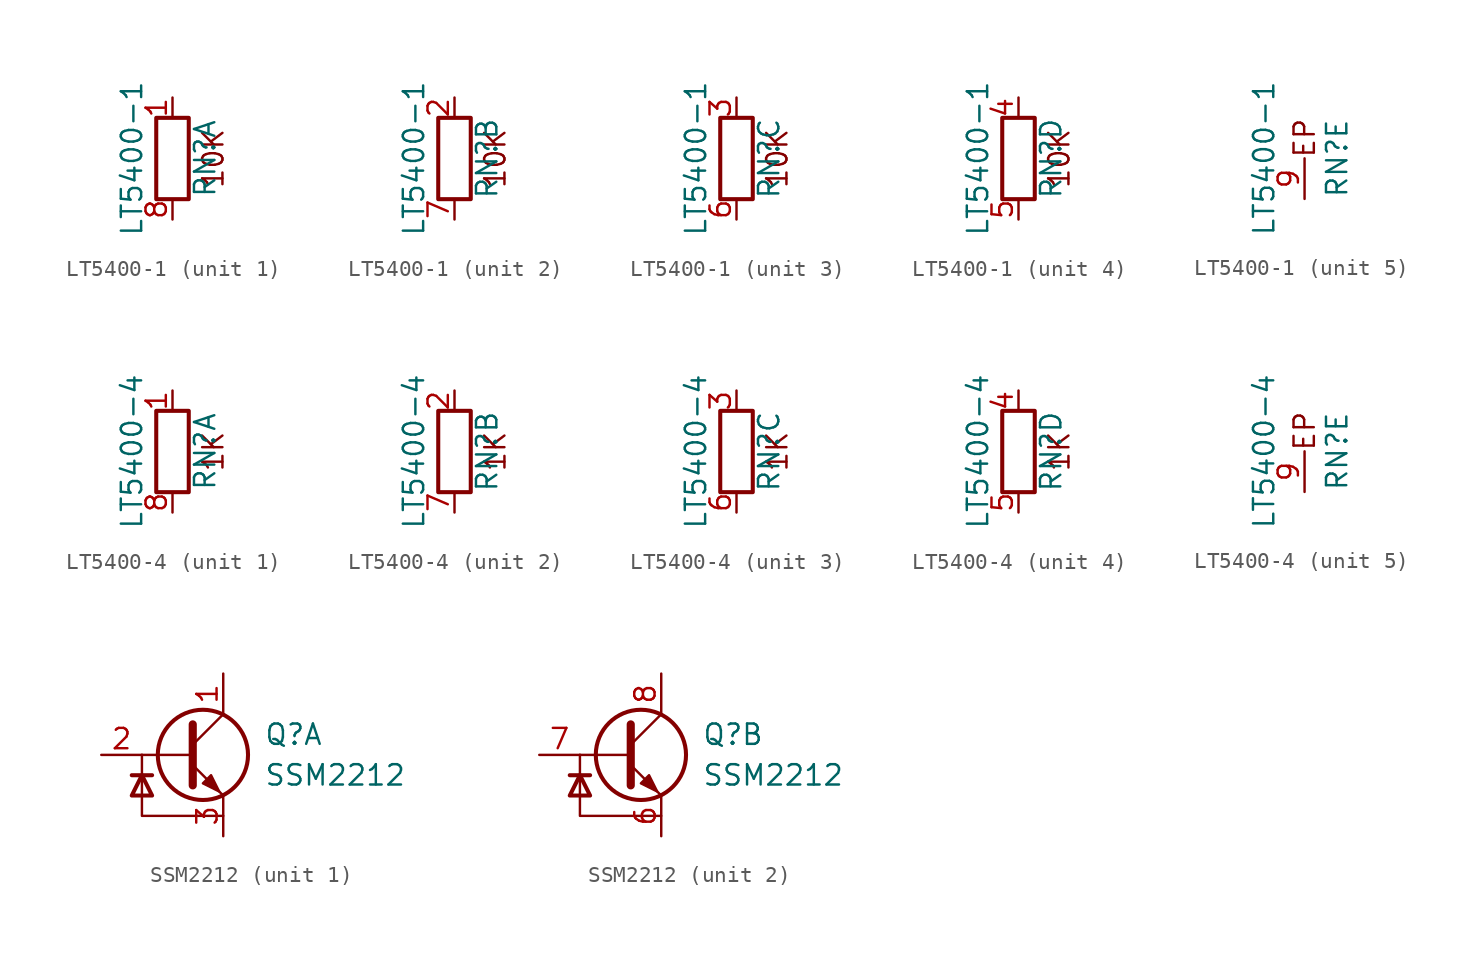
<source format=kicad_sym>
(kicad_symbol_lib
  (version 20211014)
  (generator kicad_symbol_editor)
  (symbol "LT5400-1"
    (pin_names
      (offset 0) hide)
    (property "Reference" "RN"
      (at 2.032 0 90)
      (effects (font (size 1.27 1.27))))
    (property "Value" "LT5400-1"
      (at -2.54 0 90)
      (effects (font (size 1.27 1.27))))
    (symbol "LT5400-1_1_0"
      (text "10K" (at 2.54 0 900) (effects (font (size 1.27 1.27)))))
    (symbol "LT5400-1_1_1"
      (rectangle (start 1.016 2.54) (end -1.016 -2.54) (stroke (width 0.254) (type default) (color 0 0 0 0)) (fill (type none)))
      (pin passive line (at 0 3.81 270) (length 1.27) (name "R1.1" (effects (font (size 1.27 1.27)))) (number "1" (effects (font (size 1.27 1.27)))))
      (pin passive line (at 0 -3.81 90) (length 1.27) (name "R1.2" (effects (font (size 1.27 1.27)))) (number "8" (effects (font (size 1.27 1.27))))))
    (symbol "LT5400-1_2_0"
      (text "10K" (at 2.54 0 900) (effects (font (size 1.27 1.27)))))
    (symbol "LT5400-1_2_1"
      (rectangle (start 1.016 2.54) (end -1.016 -2.54) (stroke (width 0.254) (type default) (color 0 0 0 0)) (fill (type none)))
      (pin passive line (at 0 3.81 270) (length 1.27) (name "R2.1" (effects (font (size 1.27 1.27)))) (number "2" (effects (font (size 1.27 1.27)))))
      (pin passive line (at 0 -3.81 90) (length 1.27) (name "R2.2" (effects (font (size 1.27 1.27)))) (number "7" (effects (font (size 1.27 1.27))))))
    (symbol "LT5400-1_3_0"
      (text "10K" (at 2.54 0 900) (effects (font (size 1.27 1.27)))))
    (symbol "LT5400-1_3_1"
      (rectangle (start 1.016 2.54) (end -1.016 -2.54) (stroke (width 0.254) (type default) (color 0 0 0 0)) (fill (type none)))
      (pin passive line (at 0 3.81 270) (length 1.27) (name "R3.1" (effects (font (size 1.27 1.27)))) (number "3" (effects (font (size 1.27 1.27)))))
      (pin passive line (at 0 -3.81 90) (length 1.27) (name "R3.2" (effects (font (size 1.27 1.27)))) (number "6" (effects (font (size 1.27 1.27))))))
    (symbol "LT5400-1_4_0"
      (text "10K" (at 2.54 0 900) (effects (font (size 1.27 1.27)))))
    (symbol "LT5400-1_4_1"
      (rectangle (start 1.016 2.54) (end -1.016 -2.54) (stroke (width 0.254) (type default) (color 0 0 0 0)) (fill (type none)))
      (pin passive line (at 0 3.81 270) (length 1.27) (name "R4.1" (effects (font (size 1.27 1.27)))) (number "4" (effects (font (size 1.27 1.27)))))
      (pin passive line (at 0 -3.81 90) (length 1.27) (name "R4.2" (effects (font (size 1.27 1.27)))) (number "5" (effects (font (size 1.27 1.27))))))
    (symbol "LT5400-1_5_0"
      (text "EP" (at 0 1.27 900) (effects (font (size 1.27 1.27)))))
    (symbol "LT5400-1_5_1"
      (pin passive line (at 0 -2.54 90) (length 2.54) (name "EP" (effects (font (size 1.27 1.27)))) (number "9" (effects (font (size 1.27 1.27)))))))
  (symbol "LT5400-4"
    (pin_names
      (offset 0) hide)
    (property "Reference" "RN"
      (at 2.032 0 90)
      (effects (font (size 1.27 1.27))))
    (property "Value" "LT5400-4"
      (at -2.54 0 90)
      (effects (font (size 1.27 1.27))))
    (symbol "LT5400-4_1_0"
      (text "1K" (at 2.54 0 900) (effects (font (size 1.27 1.27)))))
    (symbol "LT5400-4_1_1"
      (rectangle (start 1.016 2.54) (end -1.016 -2.54) (stroke (width 0.254) (type default) (color 0 0 0 0)) (fill (type none)))
      (pin passive line (at 0 3.81 270) (length 1.27) (name "R1.1" (effects (font (size 1.27 1.27)))) (number "1" (effects (font (size 1.27 1.27)))))
      (pin passive line (at 0 -3.81 90) (length 1.27) (name "R1.2" (effects (font (size 1.27 1.27)))) (number "8" (effects (font (size 1.27 1.27))))))
    (symbol "LT5400-4_2_0"
      (text "1K" (at 2.54 0 900) (effects (font (size 1.27 1.27)))))
    (symbol "LT5400-4_2_1"
      (rectangle (start 1.016 2.54) (end -1.016 -2.54) (stroke (width 0.254) (type default) (color 0 0 0 0)) (fill (type none)))
      (pin passive line (at 0 3.81 270) (length 1.27) (name "R2.1" (effects (font (size 1.27 1.27)))) (number "2" (effects (font (size 1.27 1.27)))))
      (pin passive line (at 0 -3.81 90) (length 1.27) (name "R2.2" (effects (font (size 1.27 1.27)))) (number "7" (effects (font (size 1.27 1.27))))))
    (symbol "LT5400-4_3_0"
      (text "1K" (at 2.54 0 900) (effects (font (size 1.27 1.27)))))
    (symbol "LT5400-4_3_1"
      (rectangle (start 1.016 2.54) (end -1.016 -2.54) (stroke (width 0.254) (type default) (color 0 0 0 0)) (fill (type none)))
      (pin passive line (at 0 3.81 270) (length 1.27) (name "R3.1" (effects (font (size 1.27 1.27)))) (number "3" (effects (font (size 1.27 1.27)))))
      (pin passive line (at 0 -3.81 90) (length 1.27) (name "R3.2" (effects (font (size 1.27 1.27)))) (number "6" (effects (font (size 1.27 1.27))))))
    (symbol "LT5400-4_4_0"
      (text "1K" (at 2.54 0 900) (effects (font (size 1.27 1.27)))))
    (symbol "LT5400-4_4_1"
      (rectangle (start 1.016 2.54) (end -1.016 -2.54) (stroke (width 0.254) (type default) (color 0 0 0 0)) (fill (type none)))
      (pin passive line (at 0 3.81 270) (length 1.27) (name "R4.1" (effects (font (size 1.27 1.27)))) (number "4" (effects (font (size 1.27 1.27)))))
      (pin passive line (at 0 -3.81 90) (length 1.27) (name "R4.2" (effects (font (size 1.27 1.27)))) (number "5" (effects (font (size 1.27 1.27))))))
    (symbol "LT5400-4_5_0"
      (text "EP" (at 0 1.27 900) (effects (font (size 1.27 1.27)))))
    (symbol "LT5400-4_5_1"
      (pin passive line (at 0 -2.54 90) (length 2.54) (name "EP" (effects (font (size 1.27 1.27)))) (number "9" (effects (font (size 1.27 1.27)))))))
  (symbol "SSM2212"
    (pin_names
      (offset 0) hide)
    (property "Reference" "Q"
      (at 5.08 1.27 0)
      (effects (font (size 1.27 1.27)) (justify left)))
    (property "Value" "SSM2212"
      (at 5.08 -1.27 0)
      (effects (font (size 1.27 1.27)) (justify left)))
    (property "ki_locked" ""
      (at 0 0 0)
      (effects (font (size 1.27 1.27))))
    (symbol "SSM2212_0_1"
      (polyline (pts (xy -2.54 -2.54) (xy -2.54 -1.27)) (stroke (width 0) (type default) (color 0 0 0 0)) (fill (type none)))
      (polyline (pts (xy -1.905 -1.27) (xy -3.175 -1.27)) (stroke (width 0.254) (type default) (color 0 0 0 0)) (fill (type none)))
      (polyline (pts (xy 0.635 0) (xy -2.54 0)) (stroke (width 0) (type default) (color 0 0 0 0)) (fill (type none)))
      (polyline (pts (xy 0.635 0.635) (xy 2.54 2.54)) (stroke (width 0) (type default) (color 0 0 0 0)) (fill (type none)))
      (polyline (pts (xy 0.635 -0.635) (xy 2.54 -2.54) (xy 2.54 -2.54)) (stroke (width 0) (type default) (color 0 0 0 0)) (fill (type none)))
      (polyline (pts (xy 0.635 1.905) (xy 0.635 -1.905) (xy 0.635 -1.905)) (stroke (width 0.508) (type default) (color 0 0 0 0)) (fill (type none)))
      (polyline (pts (xy -1.905 -2.54) (xy -3.175 -2.54) (xy -2.54 -1.27) (xy -1.905 -2.54)) (stroke (width 0.254) (type default) (color 0 0 0 0)) (fill (type none)))
      (polyline (pts (xy 1.27 -1.778) (xy 1.778 -1.27) (xy 2.286 -2.286) (xy 1.27 -1.778) (xy 1.27 -1.778)) (stroke (width 0) (type default) (color 0 0 0 0)) (fill (type outline)))
      (circle (center 1.27 0) (radius 2.819) (stroke (width 0.254) (type default) (color 0 0 0 0)) (fill (type none))))
    (symbol "SSM2212_1_1"
      (polyline (pts (xy -2.54 0) (xy -2.54 -1.27)) (stroke (width 0) (type default) (color 0 0 0 0)) (fill (type none)))
      (polyline (pts (xy -2.54 -2.54) (xy -2.54 -3.81) (xy 2.54 -3.81)) (stroke (width 0) (type default) (color 0 0 0 0)) (fill (type none)))
      (pin passive line (at 2.54 5.08 270) (length 2.54) (name "C1" (effects (font (size 1.27 1.27)))) (number "1" (effects (font (size 1.27 1.27)))))
      (pin input line (at -5.08 0 0) (length 2.54) (name "B1" (effects (font (size 1.27 1.27)))) (number "2" (effects (font (size 1.27 1.27)))))
      (pin passive line (at 2.54 -5.08 90) (length 2.54) (name "E1" (effects (font (size 1.27 1.27)))) (number "3" (effects (font (size 1.27 1.27)))))
      (pin no_connect line (at 5.08 -5.08 90) (length 2.54) hide (name "NIC" (effects (font (size 1.27 1.27)))) (number "4" (effects (font (size 1.27 1.27))))))
    (symbol "SSM2212_2_1"
      (polyline (pts (xy -2.54 0) (xy -2.54 -1.27)) (stroke (width 0) (type default) (color 0 0 0 0)) (fill (type none)))
      (polyline (pts (xy -2.54 -2.54) (xy -2.54 -3.81) (xy 2.54 -3.81)) (stroke (width 0) (type default) (color 0 0 0 0)) (fill (type none)))
      (pin no_connect line (at 5.08 -5.08 90) (length 2.54) hide (name "NIC" (effects (font (size 1.27 1.27)))) (number "5" (effects (font (size 1.27 1.27)))))
      (pin passive line (at 2.54 -5.08 90) (length 2.54) (name "E2" (effects (font (size 1.27 1.27)))) (number "6" (effects (font (size 1.27 1.27)))))
      (pin input line (at -5.08 0 0) (length 2.54) (name "B2" (effects (font (size 1.27 1.27)))) (number "7" (effects (font (size 1.27 1.27)))))
      (pin passive line (at 2.54 5.08 270) (length 2.54) (name "C2" (effects (font (size 1.27 1.27)))) (number "8" (effects (font (size 1.27 1.27))))))))
</source>
